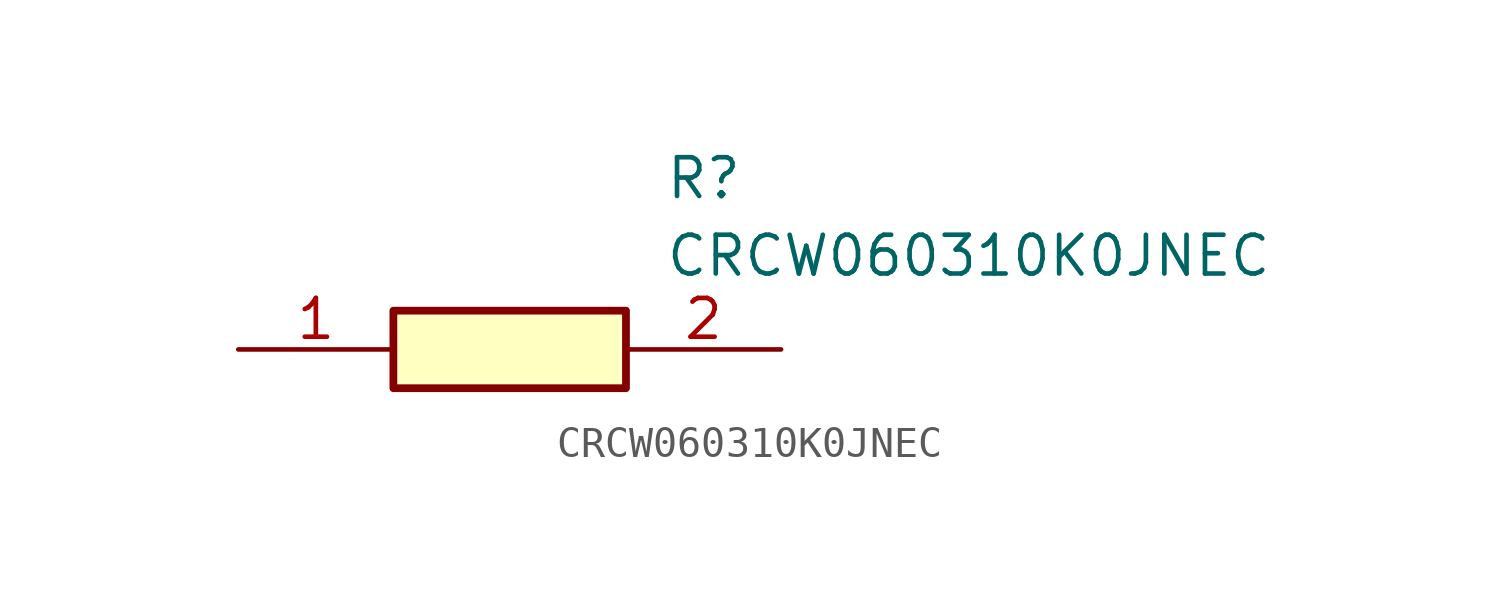
<source format=kicad_sym>
(kicad_symbol_lib
  (version 20211014)
  (generator SamacSys_ECAD_Model)
  (symbol "CRCW060310K0JNEC"
    (pin_names hide)
    (property "Reference" "R"
      (at 13.97 6.35 0)
      (effects (font (size 1.27 1.27)) (justify left top)))
    (property "Value" "CRCW060310K0JNEC"
      (at 13.97 3.81 0)
      (effects (font (size 1.27 1.27)) (justify left top)))
    (rectangle
      (start 5.08 1.27)
      (end 12.7 -1.27)
      (stroke (width 0.254) (type default))
      (fill (type background)))
    (pin passive line
      (at 0 0 0)
      (length 5.08)
      (name "1" (effects (font (size 1.27 1.27))))
      (number "1" (effects (font (size 1.27 1.27)))))
    (pin passive line
      (at 17.78 0 180)
      (length 5.08)
      (name "2" (effects (font (size 1.27 1.27))))
      (number "2" (effects (font (size 1.27 1.27)))))))
</source>
